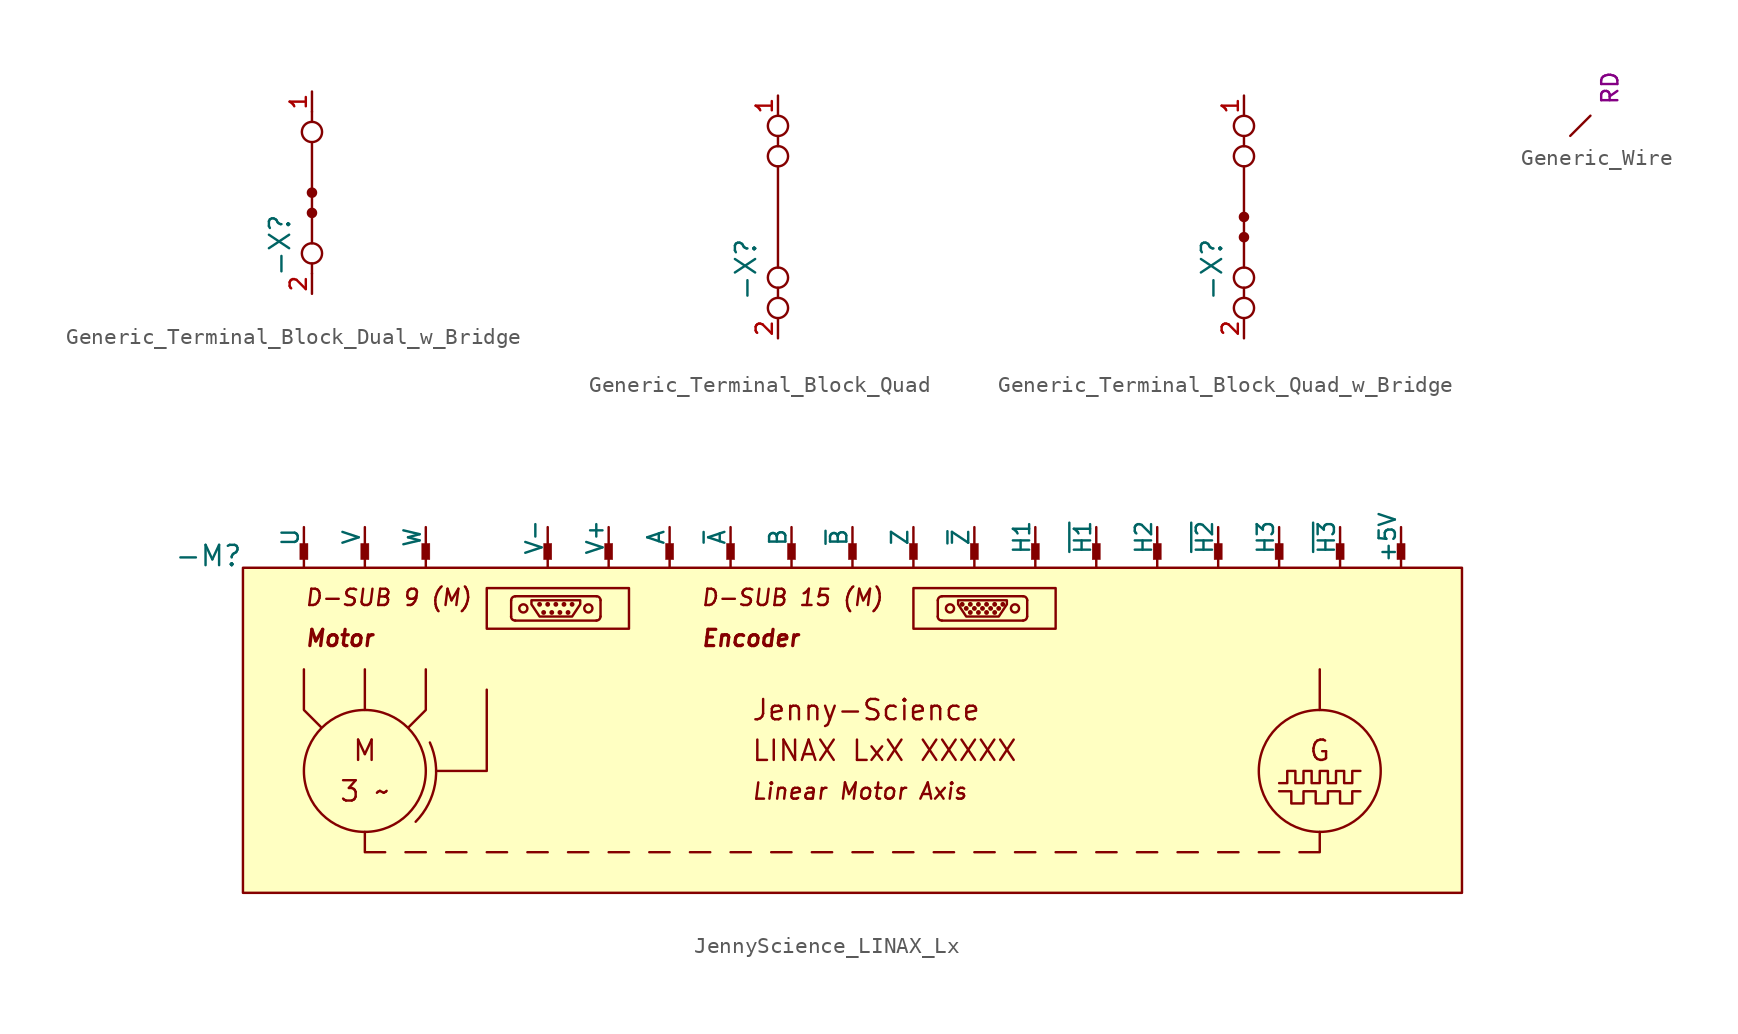
<source format=kicad_sym>
(kicad_symbol_lib
  (version 20231120)
  (generator "kicad_symbol_editor")
  (generator_version "8.0")
  (symbol "Generic_Terminal_Block_Dual_w_Bridge"
    (pin_names
      (offset 0))
    (property "Reference" "-X"
      (at -1.27 -1.27 90)
      (do_not_autoplace)
      (effects (font (size 1.27 1.27)) (justify right bottom)))
    (property "Value" ""
      (at -1.27 1.27 90)
      (do_not_autoplace)
      (effects (font (size 1.016 1.016)) (justify left bottom)))
    (symbol "Generic_Terminal_Block_Dual_w_Bridge_0_1"
      (circle (center 0 -3.81) (radius 0.635) (stroke (width 0) (type default)) (fill (type none)))
      (circle (center 0 -1.27) (radius 0.254) (stroke (width 0) (type default)) (fill (type outline)))
      (polyline (pts (xy 0 -4.445) (xy 0 -5.08)) (stroke (width 0) (type default)) (fill (type none)))
      (polyline (pts (xy 0 4.445) (xy 0 5.08)) (stroke (width 0) (type default)) (fill (type none)))
      (circle (center 0 3.81) (radius 0.635) (stroke (width 0) (type default)) (fill (type none))))
    (symbol "Generic_Terminal_Block_Dual_w_Bridge_1_1"
      (polyline (pts (xy 0 -3.175) (xy 0 3.175)) (stroke (width 0) (type default)) (fill (type none)))
      (circle (center 0 0) (radius 0.254) (stroke (width 0) (type default)) (fill (type outline)))
      (pin passive line (at 0 6.35 270) (length 1.27) (name "" (effects (font (size 1.016 1.016)))) (number "1" (effects (font (size 1.016 1.016)))))
      (pin passive line (at 0 -6.35 90) (length 1.27) (name "" (effects (font (size 1.016 1.016)))) (number "2" (effects (font (size 1.016 1.016)))))
      (pin passive line (at 0 0 180) (length 0) (name "J1" (effects (font (size 0 0)))) (number "3" (effects (font (size 0 0)))))
      (pin passive line (at 0 -1.27 180) (length 0) (name "J2" (effects (font (size 0 0)))) (number "4" (effects (font (size 0 0)))))))
  (symbol "Generic_Terminal_Block_Quad"
    (pin_names
      (offset 0))
    (property "Reference" "-X"
      (at -1.27 -1.27 90)
      (do_not_autoplace)
      (effects (font (size 1.27 1.27)) (justify right bottom)))
    (property "Value" ""
      (at -1.27 1.27 90)
      (do_not_autoplace)
      (effects (font (size 1.016 1.016)) (justify left bottom)))
    (symbol "Generic_Terminal_Block_Quad_0_1"
      (circle (center 0 -5.715) (radius 0.635) (stroke (width 0) (type default)) (fill (type none)))
      (circle (center 0 -3.81) (radius 0.635) (stroke (width 0) (type default)) (fill (type none)))
      (polyline (pts (xy 0 -4.445) (xy 0 -5.08)) (stroke (width 0) (type default)) (fill (type none)))
      (polyline (pts (xy 0 5.08) (xy 0 4.445)) (stroke (width 0) (type default)) (fill (type none)))
      (circle (center 0 3.81) (radius 0.635) (stroke (width 0) (type default)) (fill (type none)))
      (circle (center 0 5.715) (radius 0.635) (stroke (width 0) (type default)) (fill (type none))))
    (symbol "Generic_Terminal_Block_Quad_1_1"
      (polyline (pts (xy 0 -3.175) (xy 0 3.175)) (stroke (width 0) (type default)) (fill (type none)))
      (pin passive line (at 0 7.62 270) (length 1.27) (name "" (effects (font (size 1.016 1.016)))) (number "1" (effects (font (size 1.016 1.016)))))
      (pin passive line (at 0 -7.62 90) (length 1.27) (name "" (effects (font (size 1.016 1.016)))) (number "2" (effects (font (size 1.016 1.016)))))))
  (symbol "Generic_Terminal_Block_Quad_w_Bridge"
    (pin_names
      (offset 0))
    (property "Reference" "-X"
      (at -1.27 -1.27 90)
      (do_not_autoplace)
      (effects (font (size 1.27 1.27)) (justify right bottom)))
    (property "Value" ""
      (at -1.27 1.27 90)
      (do_not_autoplace)
      (effects (font (size 1.016 1.016)) (justify left bottom)))
    (symbol "Generic_Terminal_Block_Quad_w_Bridge_0_1"
      (circle (center 0 -5.715) (radius 0.635) (stroke (width 0) (type default)) (fill (type none)))
      (circle (center 0 -3.81) (radius 0.635) (stroke (width 0) (type default)) (fill (type none)))
      (circle (center 0 -1.27) (radius 0.254) (stroke (width 0) (type default)) (fill (type outline)))
      (polyline (pts (xy 0 -4.445) (xy 0 -5.08)) (stroke (width 0) (type default)) (fill (type none)))
      (polyline (pts (xy 0 5.08) (xy 0 4.445)) (stroke (width 0) (type default)) (fill (type none)))
      (circle (center 0 3.81) (radius 0.635) (stroke (width 0) (type default)) (fill (type none)))
      (circle (center 0 5.715) (radius 0.635) (stroke (width 0) (type default)) (fill (type none))))
    (symbol "Generic_Terminal_Block_Quad_w_Bridge_1_1"
      (polyline (pts (xy 0 -3.175) (xy 0 3.175)) (stroke (width 0) (type default)) (fill (type none)))
      (circle (center 0 0) (radius 0.254) (stroke (width 0) (type default)) (fill (type outline)))
      (pin passive line (at 0 7.62 270) (length 1.27) (name "" (effects (font (size 1.016 1.016)))) (number "1" (effects (font (size 1.016 1.016)))))
      (pin passive line (at 0 -7.62 90) (length 1.27) (name "" (effects (font (size 1.016 1.016)))) (number "2" (effects (font (size 1.016 1.016)))))
      (pin passive line (at 0 0 180) (length 0) (name "J1" (effects (font (size 0 0)))) (number "3" (effects (font (size 0 0)))))
      (pin passive line (at 0 -1.27 180) (length 0) (name "J2" (effects (font (size 0 0)))) (number "4" (effects (font (size 0 0)))))))
  (symbol "Generic_Wire"
    (pin_numbers hide)
    (pin_names
      (offset 0) hide)
    (property "Reference" "-WX"
      (at -1.27 -1.27 90)
      (do_not_autoplace)
      (effects (font (size 1.27 1.27)) (justify right bottom) (hide yes)))
    (property "Colour" "RD"
      (at 1.27 1.27 90)
      (do_not_autoplace)
      (effects (font (size 1.016 1.016)) (justify left top)))
    (property "Length" "10cm"
      (at 1.27 -1.27 90)
      (do_not_autoplace)
      (effects (font (size 1.016 1.016)) (justify right top) (hide yes)))
    (property "Gauge" "0.5mm^{2}"
      (at 1.27 -1.27 90)
      (do_not_autoplace)
      (effects (font (size 1.016 1.016)) (justify right top) (hide yes)))
    (symbol "Generic_Wire_0_1"
      (polyline (pts (xy -0.635 -0.635) (xy 0.635 0.635)) (stroke (width 0) (type default)) (fill (type none)))))
  (symbol "JennyScience_LINAX_Lx"
    (pin_numbers hide)
    (pin_names
      (offset 0))
    (property "Reference" "-M"
      (at 0 0 0)
      (do_not_autoplace)
      (effects (font (size 1.27 1.27)) (justify right bottom)))
    (property "Manufacturer" "Jenny-Science"
      (at -1.778 -6.858 0)
      (do_not_autoplace)
      (effects (font (size 1.27 1.27)) (justify right) (hide yes)))
    (property "PartNo" "LINAX LxX XXXXX"
      (at -10.16 -4.445 0)
      (effects (font (size 1.27 1.27)) (hide yes)))
    (symbol "JennyScience_LINAX_Lx_0_0"
      (polyline (pts (xy 7.62 -8.89) (xy 7.62 -6.35)) (stroke (width 0) (type default)) (fill (type none)))
      (polyline (pts (xy 10.16 -17.78) (xy 11.43 -17.78)) (stroke (width 0) (type default)) (fill (type none)))
      (polyline (pts (xy 12.7 -17.78) (xy 13.97 -17.78)) (stroke (width 0) (type default)) (fill (type none)))
      (polyline (pts (xy 15.24 -17.78) (xy 16.51 -17.78)) (stroke (width 0) (type default)) (fill (type none)))
      (polyline (pts (xy 17.78 -17.78) (xy 19.05 -17.78)) (stroke (width 0) (type default)) (fill (type none)))
      (polyline (pts (xy 20.32 -17.78) (xy 21.59 -17.78)) (stroke (width 0) (type default)) (fill (type none)))
      (polyline (pts (xy 22.86 -17.78) (xy 24.13 -17.78)) (stroke (width 0) (type default)) (fill (type none)))
      (polyline (pts (xy 25.4 -17.78) (xy 26.67 -17.78)) (stroke (width 0) (type default)) (fill (type none)))
      (polyline (pts (xy 27.94 -17.78) (xy 29.21 -17.78)) (stroke (width 0) (type default)) (fill (type none)))
      (polyline (pts (xy 30.48 -17.78) (xy 31.75 -17.78)) (stroke (width 0) (type default)) (fill (type none)))
      (polyline (pts (xy 33.02 -17.78) (xy 34.29 -17.78)) (stroke (width 0) (type default)) (fill (type none)))
      (polyline (pts (xy 35.56 -17.78) (xy 36.83 -17.78)) (stroke (width 0) (type default)) (fill (type none)))
      (polyline (pts (xy 38.1 -17.78) (xy 39.37 -17.78)) (stroke (width 0) (type default)) (fill (type none)))
      (polyline (pts (xy 40.64 -17.78) (xy 41.91 -17.78)) (stroke (width 0) (type default)) (fill (type none)))
      (polyline (pts (xy 43.18 -17.78) (xy 44.45 -17.78)) (stroke (width 0) (type default)) (fill (type none)))
      (polyline (pts (xy 45.72 -17.78) (xy 46.99 -17.78)) (stroke (width 0) (type default)) (fill (type none)))
      (polyline (pts (xy 48.26 -17.78) (xy 49.53 -17.78)) (stroke (width 0) (type default)) (fill (type none)))
      (polyline (pts (xy 50.8 -17.78) (xy 52.07 -17.78)) (stroke (width 0) (type default)) (fill (type none)))
      (polyline (pts (xy 53.34 -17.78) (xy 54.61 -17.78)) (stroke (width 0) (type default)) (fill (type none)))
      (polyline (pts (xy 55.88 -17.78) (xy 57.15 -17.78)) (stroke (width 0) (type default)) (fill (type none)))
      (polyline (pts (xy 58.42 -17.78) (xy 59.69 -17.78)) (stroke (width 0) (type default)) (fill (type none)))
      (polyline (pts (xy 60.96 -17.78) (xy 62.23 -17.78)) (stroke (width 0) (type default)) (fill (type none)))
      (polyline (pts (xy 63.5 -17.78) (xy 64.77 -17.78)) (stroke (width 0) (type default)) (fill (type none)))
      (polyline (pts (xy 3.81 -6.35) (xy 3.81 -8.89) (xy 4.877 -9.957)) (stroke (width 0) (type default)) (fill (type none)))
      (polyline (pts (xy 7.62 -16.51) (xy 7.62 -17.78) (xy 8.89 -17.78)) (stroke (width 0) (type default)) (fill (type none)))
      (polyline (pts (xy 11.43 -6.35) (xy 11.43 -8.89) (xy 10.363 -9.957)) (stroke (width 0) (type default)) (fill (type none)))
      (polyline (pts (xy 15.24 -7.62) (xy 15.24 -12.7) (xy 12.141 -12.7)) (stroke (width 0) (type default)) (fill (type none)))
      (circle (center 7.62 -12.7) (radius 3.81) (stroke (width 0) (type default)) (fill (type none)))
      (arc (start 10.795 -15.875) (mid 12.0056 -13.5359) (end 11.684 -10.922) (stroke (width 0) (type default)) (fill (type none)))
      (circle (center 67.31 -12.7) (radius 3.81) (stroke (width 0) (type default)) (fill (type none)))
      (text "3 ~" (at 7.62 -13.97 0) (effects (font (size 1.27 1.27))))
      (text "M" (at 7.62 -11.43 0) (effects (font (size 1.27 1.27)))))
    (symbol "JennyScience_LINAX_Lx_1_0"
      (polyline (pts (xy 16.764 -3.048) (xy 16.764 -2.032)) (stroke (width 0) (type default)) (fill (type none)))
      (polyline (pts (xy 17.018 -1.778) (xy 22.098 -1.778)) (stroke (width 0) (type default)) (fill (type none)))
      (polyline (pts (xy 22.098 -3.302) (xy 17.018 -3.302)) (stroke (width 0) (type default)) (fill (type none)))
      (polyline (pts (xy 22.352 -2.032) (xy 22.352 -3.048)) (stroke (width 0) (type default)) (fill (type none)))
      (polyline (pts (xy 43.434 -3.048) (xy 43.434 -2.032)) (stroke (width 0) (type default)) (fill (type none)))
      (polyline (pts (xy 43.688 -1.778) (xy 48.768 -1.778)) (stroke (width 0) (type default)) (fill (type none)))
      (polyline (pts (xy 48.768 -3.302) (xy 43.688 -3.302)) (stroke (width 0) (type default)) (fill (type none)))
      (polyline (pts (xy 49.022 -2.032) (xy 49.022 -3.048)) (stroke (width 0) (type default)) (fill (type none)))
      (polyline (pts (xy 67.31 -8.89) (xy 67.31 -6.35)) (stroke (width 0) (type default)) (fill (type none)))
      (polyline (pts (xy 66.04 -17.78) (xy 67.31 -17.78) (xy 67.31 -16.51)) (stroke (width 0) (type default)) (fill (type none)))
      (polyline (pts (xy 20.574 -3.048) (xy 18.542 -3.048) (xy 18.034 -2.286) (xy 18.034 -2.032) (xy 21.082 -2.032) (xy 21.082 -2.286) (xy 20.574 -3.048)) (stroke (width 0) (type default)) (fill (type none)))
      (polyline (pts (xy 47.244 -3.048) (xy 45.212 -3.048) (xy 44.704 -2.286) (xy 44.704 -2.032) (xy 47.752 -2.032) (xy 47.752 -2.286) (xy 47.244 -3.048)) (stroke (width 0) (type default)) (fill (type none)))
      (polyline (pts (xy 64.77 -13.97) (xy 65.532 -13.97) (xy 65.532 -14.732) (xy 66.294 -14.732) (xy 66.294 -13.97) (xy 67.056 -13.97) (xy 67.056 -14.732) (xy 67.818 -14.732) (xy 67.818 -13.97) (xy 68.58 -13.97) (xy 68.58 -14.732) (xy 69.342 -14.732) (xy 69.342 -13.97) (xy 69.85 -13.97)) (stroke (width 0) (type default)) (fill (type none)))
      (polyline (pts (xy 64.77 -13.462) (xy 65.278 -13.462) (xy 65.278 -12.7) (xy 65.786 -12.7) (xy 65.786 -13.462) (xy 66.294 -13.462) (xy 66.294 -12.7) (xy 66.802 -12.7) (xy 66.802 -13.462) (xy 67.31 -13.462) (xy 67.31 -12.7) (xy 67.818 -12.7) (xy 67.818 -13.462) (xy 68.326 -13.462) (xy 68.326 -12.7) (xy 68.834 -12.7) (xy 68.834 -13.462) (xy 69.342 -13.462) (xy 69.342 -12.7) (xy 69.85 -12.7)) (stroke (width 0) (type default)) (fill (type none)))
      (rectangle (start 15.24 -3.81) (end 24.13 -1.27) (stroke (width 0) (type default)) (fill (type none)))
      (arc (start 16.764 -3.041) (mid 16.8359 -3.2252) (end 17.018 -3.295) (stroke (width 0) (type default)) (fill (type none)))
      (arc (start 17.02 -1.785) (mid 16.8416 -1.8591) (end 16.766 -2.039) (stroke (width 0) (type default)) (fill (type none)))
      (circle (center 17.526 -2.54) (radius 0.254) (stroke (width 0) (type default)) (fill (type none)))
      (circle (center 18.542 -2.286) (radius 0.0001) (stroke (width 0) (type default)) (fill (type none)))
      (circle (center 18.796 -2.794) (radius 0.0001) (stroke (width 0) (type default)) (fill (type none)))
      (circle (center 19.05 -2.286) (radius 0.0001) (stroke (width 0) (type default)) (fill (type none)))
      (circle (center 19.304 -2.794) (radius 0.0001) (stroke (width 0) (type default)) (fill (type none)))
      (circle (center 19.558 -2.286) (radius 0.0001) (stroke (width 0) (type default)) (fill (type none)))
      (circle (center 19.812 -2.794) (radius 0.0001) (stroke (width 0) (type default)) (fill (type none)))
      (circle (center 20.066 -2.286) (radius 0.0001) (stroke (width 0) (type default)) (fill (type none)))
      (circle (center 20.32 -2.794) (radius 0.0001) (stroke (width 0) (type default)) (fill (type none)))
      (circle (center 20.574 -2.286) (radius 0.0001) (stroke (width 0) (type default)) (fill (type none)))
      (circle (center 21.59 -2.54) (radius 0.254) (stroke (width 0) (type default)) (fill (type none)))
      (arc (start 22.092 -3.295) (mid 22.273 -3.2224) (end 22.346 -3.041) (stroke (width 0) (type default)) (fill (type none)))
      (arc (start 22.352 -2.032) (mid 22.2772 -1.8534) (end 22.098 -1.78) (stroke (width 0) (type default)) (fill (type none)))
      (rectangle (start 41.91 -3.81) (end 50.8 -1.27) (stroke (width 0) (type default)) (fill (type none)))
      (arc (start 43.434 -3.041) (mid 43.5056 -3.2237) (end 43.688 -3.295) (stroke (width 0) (type default)) (fill (type none)))
      (arc (start 43.69 -1.785) (mid 43.51 -1.8593) (end 43.436 -2.039) (stroke (width 0) (type default)) (fill (type none)))
      (circle (center 44.196 -2.54) (radius 0.254) (stroke (width 0) (type default)) (fill (type none)))
      (circle (center 44.958 -2.286) (radius 0.0001) (stroke (width 0) (type default)) (fill (type none)))
      (circle (center 45.212 -2.54) (radius 0.0001) (stroke (width 0) (type default)) (fill (type none)))
      (circle (center 45.466 -2.794) (radius 0.0001) (stroke (width 0) (type default)) (fill (type none)))
      (circle (center 45.466 -2.286) (radius 0.0001) (stroke (width 0) (type default)) (fill (type none)))
      (circle (center 45.72 -2.54) (radius 0.0001) (stroke (width 0) (type default)) (fill (type none)))
      (circle (center 45.974 -2.794) (radius 0.0001) (stroke (width 0) (type default)) (fill (type none)))
      (circle (center 45.974 -2.286) (radius 0.0001) (stroke (width 0) (type default)) (fill (type none)))
      (circle (center 46.228 -2.54) (radius 0.0001) (stroke (width 0) (type default)) (fill (type none)))
      (circle (center 46.482 -2.794) (radius 0.0001) (stroke (width 0) (type default)) (fill (type none)))
      (circle (center 46.482 -2.286) (radius 0.0001) (stroke (width 0) (type default)) (fill (type none)))
      (circle (center 46.736 -2.54) (radius 0.0001) (stroke (width 0) (type default)) (fill (type none)))
      (circle (center 46.99 -2.794) (radius 0.0001) (stroke (width 0) (type default)) (fill (type none)))
      (circle (center 46.99 -2.286) (radius 0.0001) (stroke (width 0) (type default)) (fill (type none)))
      (circle (center 47.244 -2.54) (radius 0.0001) (stroke (width 0) (type default)) (fill (type none)))
      (circle (center 47.498 -2.286) (radius 0.0001) (stroke (width 0) (type default)) (fill (type none)))
      (circle (center 48.26 -2.54) (radius 0.254) (stroke (width 0) (type default)) (fill (type none)))
      (arc (start 48.762 -3.295) (mid 48.9437 -3.223) (end 49.016 -3.041) (stroke (width 0) (type default)) (fill (type none)))
      (arc (start 49.022 -2.032) (mid 48.9482 -1.8518) (end 48.768 -1.78) (stroke (width 0) (type default)) (fill (type none)))
      (text "${Manufacturer}" (at 31.75 -8.89 0) (effects (font (size 1.27 1.27)) (justify left)))
      (text "${PartNo}" (at 31.75 -11.43 0) (effects (font (size 1.27 1.27)) (justify left)))
      (text "D-SUB 15 (M)" (at 28.575 -1.27 0) (effects (font (size 1.016 1.016) (italic yes)) (justify left top)))
      (text "D-SUB 9 (M)" (at 3.81 -1.27 0) (effects (font (size 1.016 1.016) (italic yes)) (justify left top)))
      (text "Encoder" (at 28.575 -3.81 0) (effects (font (size 1.016 1.016) (bold yes) (italic yes)) (justify left top)))
      (text "G" (at 67.31 -11.43 0) (effects (font (size 1.27 1.27))))
      (text "Linear Motor Axis" (at 31.75 -13.97 0) (effects (font (size 1.016 1.016) (italic yes)) (justify left)))
      (text "Motor" (at 3.81 -3.81 0) (effects (font (size 1.016 1.016) (bold yes) (italic yes)) (justify left top))))
    (symbol "JennyScience_LINAX_Lx_1_1"
      (polyline (pts (xy 3.81 1.27) (xy 3.81 0)) (stroke (width 0) (type default)) (fill (type none)))
      (polyline (pts (xy 7.62 1.27) (xy 7.62 0)) (stroke (width 0) (type default)) (fill (type none)))
      (polyline (pts (xy 11.43 1.27) (xy 11.43 0)) (stroke (width 0) (type default)) (fill (type none)))
      (polyline (pts (xy 19.05 0.635) (xy 19.05 0)) (stroke (width 0) (type default)) (fill (type none)))
      (polyline (pts (xy 22.86 0.635) (xy 22.86 0)) (stroke (width 0) (type default)) (fill (type none)))
      (polyline (pts (xy 26.67 0.635) (xy 26.67 0)) (stroke (width 0) (type default)) (fill (type none)))
      (polyline (pts (xy 30.48 0.635) (xy 30.48 0)) (stroke (width 0) (type default)) (fill (type none)))
      (polyline (pts (xy 34.29 0.635) (xy 34.29 0)) (stroke (width 0) (type default)) (fill (type none)))
      (polyline (pts (xy 38.1 0.635) (xy 38.1 0)) (stroke (width 0) (type default)) (fill (type none)))
      (polyline (pts (xy 41.91 0.635) (xy 41.91 0)) (stroke (width 0) (type default)) (fill (type none)))
      (polyline (pts (xy 45.72 0.635) (xy 45.72 0)) (stroke (width 0) (type default)) (fill (type none)))
      (polyline (pts (xy 49.53 0.635) (xy 49.53 0)) (stroke (width 0) (type default)) (fill (type none)))
      (polyline (pts (xy 53.34 0.635) (xy 53.34 0)) (stroke (width 0) (type default)) (fill (type none)))
      (polyline (pts (xy 57.15 0.635) (xy 57.15 0)) (stroke (width 0) (type default)) (fill (type none)))
      (polyline (pts (xy 60.96 0.635) (xy 60.96 0)) (stroke (width 0) (type default)) (fill (type none)))
      (polyline (pts (xy 64.77 0.635) (xy 64.77 0)) (stroke (width 0) (type default)) (fill (type none)))
      (polyline (pts (xy 68.58 0.635) (xy 68.58 0)) (stroke (width 0) (type default)) (fill (type none)))
      (polyline (pts (xy 72.39 0.635) (xy 72.39 0)) (stroke (width 0) (type default)) (fill (type none)))
      (rectangle (start 0 0) (end 76.2 -20.32) (stroke (width 0) (type solid)) (fill (type background)))
      (rectangle (start 4.064 0.508) (end 3.556 1.524) (stroke (width 0.025) (type default)) (fill (type outline)))
      (rectangle (start 7.874 0.508) (end 7.366 1.524) (stroke (width 0.025) (type default)) (fill (type outline)))
      (rectangle (start 11.684 0.508) (end 11.176 1.524) (stroke (width 0.025) (type default)) (fill (type outline)))
      (rectangle (start 19.304 0.508) (end 18.796 1.524) (stroke (width 0.025) (type default)) (fill (type outline)))
      (rectangle (start 23.114 0.508) (end 22.606 1.524) (stroke (width 0.025) (type default)) (fill (type outline)))
      (rectangle (start 26.924 0.508) (end 26.416 1.524) (stroke (width 0.025) (type default)) (fill (type outline)))
      (rectangle (start 30.734 0.508) (end 30.226 1.524) (stroke (width 0.025) (type default)) (fill (type outline)))
      (rectangle (start 34.544 0.508) (end 34.036 1.524) (stroke (width 0.025) (type default)) (fill (type outline)))
      (rectangle (start 38.354 0.508) (end 37.846 1.524) (stroke (width 0.025) (type default)) (fill (type outline)))
      (rectangle (start 42.164 0.508) (end 41.656 1.524) (stroke (width 0.025) (type default)) (fill (type outline)))
      (rectangle (start 45.974 0.508) (end 45.466 1.524) (stroke (width 0.025) (type default)) (fill (type outline)))
      (rectangle (start 49.784 0.508) (end 49.276 1.524) (stroke (width 0.025) (type default)) (fill (type outline)))
      (rectangle (start 53.594 0.508) (end 53.086 1.524) (stroke (width 0.025) (type default)) (fill (type outline)))
      (rectangle (start 57.404 0.508) (end 56.896 1.524) (stroke (width 0.025) (type default)) (fill (type outline)))
      (rectangle (start 61.214 0.508) (end 60.706 1.524) (stroke (width 0.025) (type default)) (fill (type outline)))
      (rectangle (start 65.024 0.508) (end 64.516 1.524) (stroke (width 0.025) (type default)) (fill (type outline)))
      (rectangle (start 68.834 0.508) (end 68.326 1.524) (stroke (width 0.025) (type default)) (fill (type outline)))
      (rectangle (start 72.644 0.508) (end 72.136 1.524) (stroke (width 0.025) (type default)) (fill (type outline)))
      (pin output line (at 7.62 2.54 270) (length 1.27) (name "V" (effects (font (size 1.016 1.016)))) (number "10" (effects (font (size 1.016 1.016)))))
      (pin power_out line (at 19.05 2.54 270) (length 1.27) (name "V-" (effects (font (size 1.016 1.016)))) (number "11" (effects (font (size 1.016 1.016)))))
      (pin output line (at 11.43 2.54 270) (length 1.27) (name "W" (effects (font (size 1.016 1.016)))) (number "11" (effects (font (size 1.016 1.016)))))
      (pin power_out line (at 72.39 2.54 270) (length 1.27) (name "+5V" (effects (font (size 1.016 1.016)))) (number "12" (effects (font (size 1.016 1.016)))))
      (pin input line (at 26.67 2.54 270) (length 1.27) (name "A" (effects (font (size 1.016 1.016)))) (number "12" (effects (font (size 1.016 1.016)))))
      (pin input line (at 34.29 2.54 270) (length 1.27) (name "B" (effects (font (size 1.016 1.016)))) (number "12" (effects (font (size 1.016 1.016)))))
      (pin input line (at 49.53 2.54 270) (length 1.27) (name "H1" (effects (font (size 1.016 1.016)))) (number "12" (effects (font (size 1.016 1.016)))))
      (pin input line (at 57.15 2.54 270) (length 1.27) (name "H2" (effects (font (size 1.016 1.016)))) (number "12" (effects (font (size 1.016 1.016)))))
      (pin input line (at 64.77 2.54 270) (length 1.27) (name "H3" (effects (font (size 1.016 1.016)))) (number "12" (effects (font (size 1.016 1.016)))))
      (pin power_out line (at 22.86 2.54 270) (length 1.27) (name "V+" (effects (font (size 1.016 1.016)))) (number "12" (effects (font (size 1.016 1.016)))))
      (pin input line (at 41.91 2.54 270) (length 1.27) (name "Z" (effects (font (size 1.016 1.016)))) (number "12" (effects (font (size 1.016 1.016)))))
      (pin input line (at 30.48 2.54 270) (length 1.27) (name "~{A}" (effects (font (size 1.016 1.016)))) (number "12" (effects (font (size 1.016 1.016)))))
      (pin input line (at 38.1 2.54 270) (length 1.27) (name "~{B}" (effects (font (size 1.016 1.016)))) (number "12" (effects (font (size 1.016 1.016)))))
      (pin input line (at 53.34 2.54 270) (length 1.27) (name "~{H1}" (effects (font (size 1.016 1.016)))) (number "12" (effects (font (size 1.016 1.016)))))
      (pin input line (at 60.96 2.54 270) (length 1.27) (name "~{H2}" (effects (font (size 1.016 1.016)))) (number "12" (effects (font (size 1.016 1.016)))))
      (pin input line (at 68.58 2.54 270) (length 1.27) (name "~{H3}" (effects (font (size 1.016 1.016)))) (number "12" (effects (font (size 1.016 1.016)))))
      (pin input line (at 45.72 2.54 270) (length 1.27) (name "~{Z}" (effects (font (size 1.016 1.016)))) (number "12" (effects (font (size 1.016 1.016)))))
      (pin output line (at 3.81 2.54 270) (length 1.27) (name "U" (effects (font (size 1.016 1.016)))) (number "9" (effects (font (size 0 0))))))))
</source>
